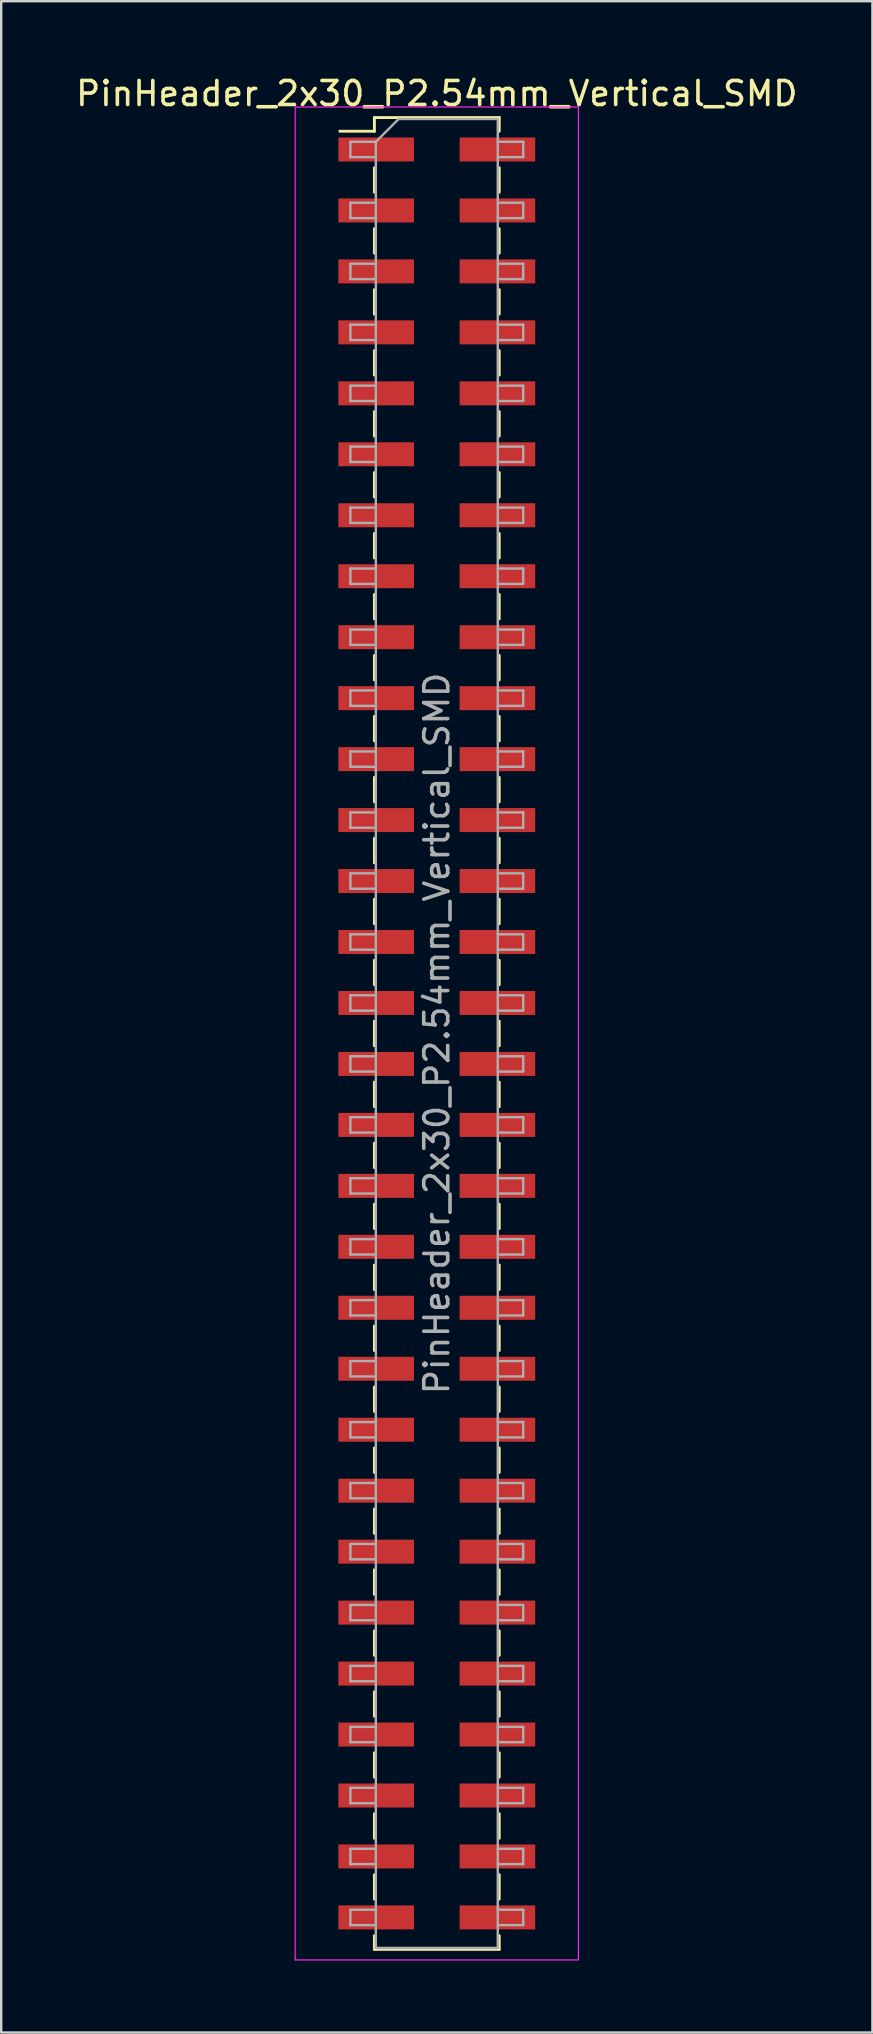
<source format=kicad_pcb>
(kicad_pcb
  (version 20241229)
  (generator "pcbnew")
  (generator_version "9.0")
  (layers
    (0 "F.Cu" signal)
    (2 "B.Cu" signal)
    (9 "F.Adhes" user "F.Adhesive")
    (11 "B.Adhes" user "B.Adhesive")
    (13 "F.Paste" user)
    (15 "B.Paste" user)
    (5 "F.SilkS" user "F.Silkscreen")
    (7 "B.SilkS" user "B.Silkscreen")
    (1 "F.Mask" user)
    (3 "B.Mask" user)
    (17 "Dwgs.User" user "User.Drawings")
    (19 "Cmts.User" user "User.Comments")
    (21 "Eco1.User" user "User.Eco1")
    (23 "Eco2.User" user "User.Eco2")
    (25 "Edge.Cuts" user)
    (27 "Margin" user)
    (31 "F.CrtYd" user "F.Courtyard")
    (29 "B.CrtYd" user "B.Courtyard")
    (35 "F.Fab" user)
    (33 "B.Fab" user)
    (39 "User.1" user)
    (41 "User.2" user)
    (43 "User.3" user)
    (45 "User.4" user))
  (footprint "PinHeader_2x30_P2.54mm_Vertical_SMD"
    (layer "F.Cu")
    (at 15.149 40.008)
    (property "Reference" "PinHeader_2x30_P2.54mm_Vertical_SMD" (at 0 -39.16 0) (layer "F.SilkS") (effects (font (size 1 1) (thickness 0.15))))
    (attr smd)
    (fp_line (start -4.04 -37.59) (end -2.6 -37.59) (stroke (width 0.12) (type solid)) (layer "F.SilkS"))
    (fp_line (start -2.6 -38.16) (end -2.6 -37.59) (stroke (width 0.12) (type solid)) (layer "F.SilkS"))
    (fp_line (start -2.6 -38.16) (end 2.6 -38.16) (stroke (width 0.12) (type solid)) (layer "F.SilkS"))
    (fp_line (start -2.6 -36.07) (end -2.6 -35.05) (stroke (width 0.12) (type solid)) (layer "F.SilkS"))
    (fp_line (start -2.6 -33.53) (end -2.6 -32.51) (stroke (width 0.12) (type solid)) (layer "F.SilkS"))
    (fp_line (start -2.6 -30.99) (end -2.6 -29.97) (stroke (width 0.12) (type solid)) (layer "F.SilkS"))
    (fp_line (start -2.6 -28.45) (end -2.6 -27.43) (stroke (width 0.12) (type solid)) (layer "F.SilkS"))
    (fp_line (start -2.6 -25.91) (end -2.6 -24.89) (stroke (width 0.12) (type solid)) (layer "F.SilkS"))
    (fp_line (start -2.6 -23.37) (end -2.6 -22.35) (stroke (width 0.12) (type solid)) (layer "F.SilkS"))
    (fp_line (start -2.6 -20.83) (end -2.6 -19.81) (stroke (width 0.12) (type solid)) (layer "F.SilkS"))
    (fp_line (start -2.6 -18.29) (end -2.6 -17.27) (stroke (width 0.12) (type solid)) (layer "F.SilkS"))
    (fp_line (start -2.6 -15.75) (end -2.6 -14.73) (stroke (width 0.12) (type solid)) (layer "F.SilkS"))
    (fp_line (start -2.6 -13.21) (end -2.6 -12.19) (stroke (width 0.12) (type solid)) (layer "F.SilkS"))
    (fp_line (start -2.6 -10.67) (end -2.6 -9.65) (stroke (width 0.12) (type solid)) (layer "F.SilkS"))
    (fp_line (start -2.6 -8.13) (end -2.6 -7.11) (stroke (width 0.12) (type solid)) (layer "F.SilkS"))
    (fp_line (start -2.6 -5.59) (end -2.6 -4.57) (stroke (width 0.12) (type solid)) (layer "F.SilkS"))
    (fp_line (start -2.6 -3.05) (end -2.6 -2.03) (stroke (width 0.12) (type solid)) (layer "F.SilkS"))
    (fp_line (start -2.6 -0.51) (end -2.6 0.51) (stroke (width 0.12) (type solid)) (layer "F.SilkS"))
    (fp_line (start -2.6 2.03) (end -2.6 3.05) (stroke (width 0.12) (type solid)) (layer "F.SilkS"))
    (fp_line (start -2.6 4.57) (end -2.6 5.59) (stroke (width 0.12) (type solid)) (layer "F.SilkS"))
    (fp_line (start -2.6 7.11) (end -2.6 8.13) (stroke (width 0.12) (type solid)) (layer "F.SilkS"))
    (fp_line (start -2.6 9.65) (end -2.6 10.67) (stroke (width 0.12) (type solid)) (layer "F.SilkS"))
    (fp_line (start -2.6 12.19) (end -2.6 13.21) (stroke (width 0.12) (type solid)) (layer "F.SilkS"))
    (fp_line (start -2.6 14.73) (end -2.6 15.75) (stroke (width 0.12) (type solid)) (layer "F.SilkS"))
    (fp_line (start -2.6 17.27) (end -2.6 18.29) (stroke (width 0.12) (type solid)) (layer "F.SilkS"))
    (fp_line (start -2.6 19.81) (end -2.6 20.83) (stroke (width 0.12) (type solid)) (layer "F.SilkS"))
    (fp_line (start -2.6 22.35) (end -2.6 23.37) (stroke (width 0.12) (type solid)) (layer "F.SilkS"))
    (fp_line (start -2.6 24.89) (end -2.6 25.91) (stroke (width 0.12) (type solid)) (layer "F.SilkS"))
    (fp_line (start -2.6 27.43) (end -2.6 28.45) (stroke (width 0.12) (type solid)) (layer "F.SilkS"))
    (fp_line (start -2.6 29.97) (end -2.6 30.99) (stroke (width 0.12) (type solid)) (layer "F.SilkS"))
    (fp_line (start -2.6 32.51) (end -2.6 33.53) (stroke (width 0.12) (type solid)) (layer "F.SilkS"))
    (fp_line (start -2.6 35.05) (end -2.6 36.07) (stroke (width 0.12) (type solid)) (layer "F.SilkS"))
    (fp_line (start -2.6 37.59) (end -2.6 38.16) (stroke (width 0.12) (type solid)) (layer "F.SilkS"))
    (fp_line (start -2.6 38.16) (end 2.6 38.16) (stroke (width 0.12) (type solid)) (layer "F.SilkS"))
    (fp_line (start 2.6 -38.16) (end 2.6 -37.59) (stroke (width 0.12) (type solid)) (layer "F.SilkS"))
    (fp_line (start 2.6 -36.07) (end 2.6 -35.05) (stroke (width 0.12) (type solid)) (layer "F.SilkS"))
    (fp_line (start 2.6 -33.53) (end 2.6 -32.51) (stroke (width 0.12) (type solid)) (layer "F.SilkS"))
    (fp_line (start 2.6 -30.99) (end 2.6 -29.97) (stroke (width 0.12) (type solid)) (layer "F.SilkS"))
    (fp_line (start 2.6 -28.45) (end 2.6 -27.43) (stroke (width 0.12) (type solid)) (layer "F.SilkS"))
    (fp_line (start 2.6 -25.91) (end 2.6 -24.89) (stroke (width 0.12) (type solid)) (layer "F.SilkS"))
    (fp_line (start 2.6 -23.37) (end 2.6 -22.35) (stroke (width 0.12) (type solid)) (layer "F.SilkS"))
    (fp_line (start 2.6 -20.83) (end 2.6 -19.81) (stroke (width 0.12) (type solid)) (layer "F.SilkS"))
    (fp_line (start 2.6 -18.29) (end 2.6 -17.27) (stroke (width 0.12) (type solid)) (layer "F.SilkS"))
    (fp_line (start 2.6 -15.75) (end 2.6 -14.73) (stroke (width 0.12) (type solid)) (layer "F.SilkS"))
    (fp_line (start 2.6 -13.21) (end 2.6 -12.19) (stroke (width 0.12) (type solid)) (layer "F.SilkS"))
    (fp_line (start 2.6 -10.67) (end 2.6 -9.65) (stroke (width 0.12) (type solid)) (layer "F.SilkS"))
    (fp_line (start 2.6 -8.13) (end 2.6 -7.11) (stroke (width 0.12) (type solid)) (layer "F.SilkS"))
    (fp_line (start 2.6 -5.59) (end 2.6 -4.57) (stroke (width 0.12) (type solid)) (layer "F.SilkS"))
    (fp_line (start 2.6 -3.05) (end 2.6 -2.03) (stroke (width 0.12) (type solid)) (layer "F.SilkS"))
    (fp_line (start 2.6 -0.51) (end 2.6 0.51) (stroke (width 0.12) (type solid)) (layer "F.SilkS"))
    (fp_line (start 2.6 2.03) (end 2.6 3.05) (stroke (width 0.12) (type solid)) (layer "F.SilkS"))
    (fp_line (start 2.6 4.57) (end 2.6 5.59) (stroke (width 0.12) (type solid)) (layer "F.SilkS"))
    (fp_line (start 2.6 7.11) (end 2.6 8.13) (stroke (width 0.12) (type solid)) (layer "F.SilkS"))
    (fp_line (start 2.6 9.65) (end 2.6 10.67) (stroke (width 0.12) (type solid)) (layer "F.SilkS"))
    (fp_line (start 2.6 12.19) (end 2.6 13.21) (stroke (width 0.12) (type solid)) (layer "F.SilkS"))
    (fp_line (start 2.6 14.73) (end 2.6 15.75) (stroke (width 0.12) (type solid)) (layer "F.SilkS"))
    (fp_line (start 2.6 17.27) (end 2.6 18.29) (stroke (width 0.12) (type solid)) (layer "F.SilkS"))
    (fp_line (start 2.6 19.81) (end 2.6 20.83) (stroke (width 0.12) (type solid)) (layer "F.SilkS"))
    (fp_line (start 2.6 22.35) (end 2.6 23.37) (stroke (width 0.12) (type solid)) (layer "F.SilkS"))
    (fp_line (start 2.6 24.89) (end 2.6 25.91) (stroke (width 0.12) (type solid)) (layer "F.SilkS"))
    (fp_line (start 2.6 27.43) (end 2.6 28.45) (stroke (width 0.12) (type solid)) (layer "F.SilkS"))
    (fp_line (start 2.6 29.97) (end 2.6 30.99) (stroke (width 0.12) (type solid)) (layer "F.SilkS"))
    (fp_line (start 2.6 32.51) (end 2.6 33.53) (stroke (width 0.12) (type solid)) (layer "F.SilkS"))
    (fp_line (start 2.6 35.05) (end 2.6 36.07) (stroke (width 0.12) (type solid)) (layer "F.SilkS"))
    (fp_line (start 2.6 37.59) (end 2.6 38.16) (stroke (width 0.12) (type solid)) (layer "F.SilkS"))
    (fp_line (start -5.9 -38.6) (end -5.9 38.6) (stroke (width 0.05) (type solid)) (layer "F.CrtYd"))
    (fp_line (start -5.9 38.6) (end 5.9 38.6) (stroke (width 0.05) (type solid)) (layer "F.CrtYd"))
    (fp_line (start 5.9 -38.6) (end -5.9 -38.6) (stroke (width 0.05) (type solid)) (layer "F.CrtYd"))
    (fp_line (start 5.9 38.6) (end 5.9 -38.6) (stroke (width 0.05) (type solid)) (layer "F.CrtYd"))
    (fp_line (start -3.6 -37.15) (end -3.6 -36.51) (stroke (width 0.1) (type solid)) (layer "F.Fab"))
    (fp_line (start -3.6 -36.51) (end -2.54 -36.51) (stroke (width 0.1) (type solid)) (layer "F.Fab"))
    (fp_line (start -3.6 -34.61) (end -3.6 -33.97) (stroke (width 0.1) (type solid)) (layer "F.Fab"))
    (fp_line (start -3.6 -33.97) (end -2.54 -33.97) (stroke (width 0.1) (type solid)) (layer "F.Fab"))
    (fp_line (start -3.6 -32.07) (end -3.6 -31.43) (stroke (width 0.1) (type solid)) (layer "F.Fab"))
    (fp_line (start -3.6 -31.43) (end -2.54 -31.43) (stroke (width 0.1) (type solid)) (layer "F.Fab"))
    (fp_line (start -3.6 -29.53) (end -3.6 -28.89) (stroke (width 0.1) (type solid)) (layer "F.Fab"))
    (fp_line (start -3.6 -28.89) (end -2.54 -28.89) (stroke (width 0.1) (type solid)) (layer "F.Fab"))
    (fp_line (start -3.6 -26.99) (end -3.6 -26.35) (stroke (width 0.1) (type solid)) (layer "F.Fab"))
    (fp_line (start -3.6 -26.35) (end -2.54 -26.35) (stroke (width 0.1) (type solid)) (layer "F.Fab"))
    (fp_line (start -3.6 -24.45) (end -3.6 -23.81) (stroke (width 0.1) (type solid)) (layer "F.Fab"))
    (fp_line (start -3.6 -23.81) (end -2.54 -23.81) (stroke (width 0.1) (type solid)) (layer "F.Fab"))
    (fp_line (start -3.6 -21.91) (end -3.6 -21.27) (stroke (width 0.1) (type solid)) (layer "F.Fab"))
    (fp_line (start -3.6 -21.27) (end -2.54 -21.27) (stroke (width 0.1) (type solid)) (layer "F.Fab"))
    (fp_line (start -3.6 -19.37) (end -3.6 -18.73) (stroke (width 0.1) (type solid)) (layer "F.Fab"))
    (fp_line (start -3.6 -18.73) (end -2.54 -18.73) (stroke (width 0.1) (type solid)) (layer "F.Fab"))
    (fp_line (start -3.6 -16.83) (end -3.6 -16.19) (stroke (width 0.1) (type solid)) (layer "F.Fab"))
    (fp_line (start -3.6 -16.19) (end -2.54 -16.19) (stroke (width 0.1) (type solid)) (layer "F.Fab"))
    (fp_line (start -3.6 -14.29) (end -3.6 -13.65) (stroke (width 0.1) (type solid)) (layer "F.Fab"))
    (fp_line (start -3.6 -13.65) (end -2.54 -13.65) (stroke (width 0.1) (type solid)) (layer "F.Fab"))
    (fp_line (start -3.6 -11.75) (end -3.6 -11.11) (stroke (width 0.1) (type solid)) (layer "F.Fab"))
    (fp_line (start -3.6 -11.11) (end -2.54 -11.11) (stroke (width 0.1) (type solid)) (layer "F.Fab"))
    (fp_line (start -3.6 -9.21) (end -3.6 -8.57) (stroke (width 0.1) (type solid)) (layer "F.Fab"))
    (fp_line (start -3.6 -8.57) (end -2.54 -8.57) (stroke (width 0.1) (type solid)) (layer "F.Fab"))
    (fp_line (start -3.6 -6.67) (end -3.6 -6.03) (stroke (width 0.1) (type solid)) (layer "F.Fab"))
    (fp_line (start -3.6 -6.03) (end -2.54 -6.03) (stroke (width 0.1) (type solid)) (layer "F.Fab"))
    (fp_line (start -3.6 -4.13) (end -3.6 -3.49) (stroke (width 0.1) (type solid)) (layer "F.Fab"))
    (fp_line (start -3.6 -3.49) (end -2.54 -3.49) (stroke (width 0.1) (type solid)) (layer "F.Fab"))
    (fp_line (start -3.6 -1.59) (end -3.6 -0.95) (stroke (width 0.1) (type solid)) (layer "F.Fab"))
    (fp_line (start -3.6 -0.95) (end -2.54 -0.95) (stroke (width 0.1) (type solid)) (layer "F.Fab"))
    (fp_line (start -3.6 0.95) (end -3.6 1.59) (stroke (width 0.1) (type solid)) (layer "F.Fab"))
    (fp_line (start -3.6 1.59) (end -2.54 1.59) (stroke (width 0.1) (type solid)) (layer "F.Fab"))
    (fp_line (start -3.6 3.49) (end -3.6 4.13) (stroke (width 0.1) (type solid)) (layer "F.Fab"))
    (fp_line (start -3.6 4.13) (end -2.54 4.13) (stroke (width 0.1) (type solid)) (layer "F.Fab"))
    (fp_line (start -3.6 6.03) (end -3.6 6.67) (stroke (width 0.1) (type solid)) (layer "F.Fab"))
    (fp_line (start -3.6 6.67) (end -2.54 6.67) (stroke (width 0.1) (type solid)) (layer "F.Fab"))
    (fp_line (start -3.6 8.57) (end -3.6 9.21) (stroke (width 0.1) (type solid)) (layer "F.Fab"))
    (fp_line (start -3.6 9.21) (end -2.54 9.21) (stroke (width 0.1) (type solid)) (layer "F.Fab"))
    (fp_line (start -3.6 11.11) (end -3.6 11.75) (stroke (width 0.1) (type solid)) (layer "F.Fab"))
    (fp_line (start -3.6 11.75) (end -2.54 11.75) (stroke (width 0.1) (type solid)) (layer "F.Fab"))
    (fp_line (start -3.6 13.65) (end -3.6 14.29) (stroke (width 0.1) (type solid)) (layer "F.Fab"))
    (fp_line (start -3.6 14.29) (end -2.54 14.29) (stroke (width 0.1) (type solid)) (layer "F.Fab"))
    (fp_line (start -3.6 16.19) (end -3.6 16.83) (stroke (width 0.1) (type solid)) (layer "F.Fab"))
    (fp_line (start -3.6 16.83) (end -2.54 16.83) (stroke (width 0.1) (type solid)) (layer "F.Fab"))
    (fp_line (start -3.6 18.73) (end -3.6 19.37) (stroke (width 0.1) (type solid)) (layer "F.Fab"))
    (fp_line (start -3.6 19.37) (end -2.54 19.37) (stroke (width 0.1) (type solid)) (layer "F.Fab"))
    (fp_line (start -3.6 21.27) (end -3.6 21.91) (stroke (width 0.1) (type solid)) (layer "F.Fab"))
    (fp_line (start -3.6 21.91) (end -2.54 21.91) (stroke (width 0.1) (type solid)) (layer "F.Fab"))
    (fp_line (start -3.6 23.81) (end -3.6 24.45) (stroke (width 0.1) (type solid)) (layer "F.Fab"))
    (fp_line (start -3.6 24.45) (end -2.54 24.45) (stroke (width 0.1) (type solid)) (layer "F.Fab"))
    (fp_line (start -3.6 26.35) (end -3.6 26.99) (stroke (width 0.1) (type solid)) (layer "F.Fab"))
    (fp_line (start -3.6 26.99) (end -2.54 26.99) (stroke (width 0.1) (type solid)) (layer "F.Fab"))
    (fp_line (start -3.6 28.89) (end -3.6 29.53) (stroke (width 0.1) (type solid)) (layer "F.Fab"))
    (fp_line (start -3.6 29.53) (end -2.54 29.53) (stroke (width 0.1) (type solid)) (layer "F.Fab"))
    (fp_line (start -3.6 31.43) (end -3.6 32.07) (stroke (width 0.1) (type solid)) (layer "F.Fab"))
    (fp_line (start -3.6 32.07) (end -2.54 32.07) (stroke (width 0.1) (type solid)) (layer "F.Fab"))
    (fp_line (start -3.6 33.97) (end -3.6 34.61) (stroke (width 0.1) (type solid)) (layer "F.Fab"))
    (fp_line (start -3.6 34.61) (end -2.54 34.61) (stroke (width 0.1) (type solid)) (layer "F.Fab"))
    (fp_line (start -3.6 36.51) (end -3.6 37.15) (stroke (width 0.1) (type solid)) (layer "F.Fab"))
    (fp_line (start -3.6 37.15) (end -2.54 37.15) (stroke (width 0.1) (type solid)) (layer "F.Fab"))
    (fp_line (start -2.54 -37.15) (end -3.6 -37.15) (stroke (width 0.1) (type solid)) (layer "F.Fab"))
    (fp_line (start -2.54 -37.15) (end -1.59 -38.1) (stroke (width 0.1) (type solid)) (layer "F.Fab"))
    (fp_line (start -2.54 -34.61) (end -3.6 -34.61) (stroke (width 0.1) (type solid)) (layer "F.Fab"))
    (fp_line (start -2.54 -32.07) (end -3.6 -32.07) (stroke (width 0.1) (type solid)) (layer "F.Fab"))
    (fp_line (start -2.54 -29.53) (end -3.6 -29.53) (stroke (width 0.1) (type solid)) (layer "F.Fab"))
    (fp_line (start -2.54 -26.99) (end -3.6 -26.99) (stroke (width 0.1) (type solid)) (layer "F.Fab"))
    (fp_line (start -2.54 -24.45) (end -3.6 -24.45) (stroke (width 0.1) (type solid)) (layer "F.Fab"))
    (fp_line (start -2.54 -21.91) (end -3.6 -21.91) (stroke (width 0.1) (type solid)) (layer "F.Fab"))
    (fp_line (start -2.54 -19.37) (end -3.6 -19.37) (stroke (width 0.1) (type solid)) (layer "F.Fab"))
    (fp_line (start -2.54 -16.83) (end -3.6 -16.83) (stroke (width 0.1) (type solid)) (layer "F.Fab"))
    (fp_line (start -2.54 -14.29) (end -3.6 -14.29) (stroke (width 0.1) (type solid)) (layer "F.Fab"))
    (fp_line (start -2.54 -11.75) (end -3.6 -11.75) (stroke (width 0.1) (type solid)) (layer "F.Fab"))
    (fp_line (start -2.54 -9.21) (end -3.6 -9.21) (stroke (width 0.1) (type solid)) (layer "F.Fab"))
    (fp_line (start -2.54 -6.67) (end -3.6 -6.67) (stroke (width 0.1) (type solid)) (layer "F.Fab"))
    (fp_line (start -2.54 -4.13) (end -3.6 -4.13) (stroke (width 0.1) (type solid)) (layer "F.Fab"))
    (fp_line (start -2.54 -1.59) (end -3.6 -1.59) (stroke (width 0.1) (type solid)) (layer "F.Fab"))
    (fp_line (start -2.54 0.95) (end -3.6 0.95) (stroke (width 0.1) (type solid)) (layer "F.Fab"))
    (fp_line (start -2.54 3.49) (end -3.6 3.49) (stroke (width 0.1) (type solid)) (layer "F.Fab"))
    (fp_line (start -2.54 6.03) (end -3.6 6.03) (stroke (width 0.1) (type solid)) (layer "F.Fab"))
    (fp_line (start -2.54 8.57) (end -3.6 8.57) (stroke (width 0.1) (type solid)) (layer "F.Fab"))
    (fp_line (start -2.54 11.11) (end -3.6 11.11) (stroke (width 0.1) (type solid)) (layer "F.Fab"))
    (fp_line (start -2.54 13.65) (end -3.6 13.65) (stroke (width 0.1) (type solid)) (layer "F.Fab"))
    (fp_line (start -2.54 16.19) (end -3.6 16.19) (stroke (width 0.1) (type solid)) (layer "F.Fab"))
    (fp_line (start -2.54 18.73) (end -3.6 18.73) (stroke (width 0.1) (type solid)) (layer "F.Fab"))
    (fp_line (start -2.54 21.27) (end -3.6 21.27) (stroke (width 0.1) (type solid)) (layer "F.Fab"))
    (fp_line (start -2.54 23.81) (end -3.6 23.81) (stroke (width 0.1) (type solid)) (layer "F.Fab"))
    (fp_line (start -2.54 26.35) (end -3.6 26.35) (stroke (width 0.1) (type solid)) (layer "F.Fab"))
    (fp_line (start -2.54 28.89) (end -3.6 28.89) (stroke (width 0.1) (type solid)) (layer "F.Fab"))
    (fp_line (start -2.54 31.43) (end -3.6 31.43) (stroke (width 0.1) (type solid)) (layer "F.Fab"))
    (fp_line (start -2.54 33.97) (end -3.6 33.97) (stroke (width 0.1) (type solid)) (layer "F.Fab"))
    (fp_line (start -2.54 36.51) (end -3.6 36.51) (stroke (width 0.1) (type solid)) (layer "F.Fab"))
    (fp_line (start -2.54 38.1) (end -2.54 -37.15) (stroke (width 0.1) (type solid)) (layer "F.Fab"))
    (fp_line (start -1.59 -38.1) (end 2.54 -38.1) (stroke (width 0.1) (type solid)) (layer "F.Fab"))
    (fp_line (start 2.54 -38.1) (end 2.54 38.1) (stroke (width 0.1) (type solid)) (layer "F.Fab"))
    (fp_line (start 2.54 -37.15) (end 3.6 -37.15) (stroke (width 0.1) (type solid)) (layer "F.Fab"))
    (fp_line (start 2.54 -34.61) (end 3.6 -34.61) (stroke (width 0.1) (type solid)) (layer "F.Fab"))
    (fp_line (start 2.54 -32.07) (end 3.6 -32.07) (stroke (width 0.1) (type solid)) (layer "F.Fab"))
    (fp_line (start 2.54 -29.53) (end 3.6 -29.53) (stroke (width 0.1) (type solid)) (layer "F.Fab"))
    (fp_line (start 2.54 -26.99) (end 3.6 -26.99) (stroke (width 0.1) (type solid)) (layer "F.Fab"))
    (fp_line (start 2.54 -24.45) (end 3.6 -24.45) (stroke (width 0.1) (type solid)) (layer "F.Fab"))
    (fp_line (start 2.54 -21.91) (end 3.6 -21.91) (stroke (width 0.1) (type solid)) (layer "F.Fab"))
    (fp_line (start 2.54 -19.37) (end 3.6 -19.37) (stroke (width 0.1) (type solid)) (layer "F.Fab"))
    (fp_line (start 2.54 -16.83) (end 3.6 -16.83) (stroke (width 0.1) (type solid)) (layer "F.Fab"))
    (fp_line (start 2.54 -14.29) (end 3.6 -14.29) (stroke (width 0.1) (type solid)) (layer "F.Fab"))
    (fp_line (start 2.54 -11.75) (end 3.6 -11.75) (stroke (width 0.1) (type solid)) (layer "F.Fab"))
    (fp_line (start 2.54 -9.21) (end 3.6 -9.21) (stroke (width 0.1) (type solid)) (layer "F.Fab"))
    (fp_line (start 2.54 -6.67) (end 3.6 -6.67) (stroke (width 0.1) (type solid)) (layer "F.Fab"))
    (fp_line (start 2.54 -4.13) (end 3.6 -4.13) (stroke (width 0.1) (type solid)) (layer "F.Fab"))
    (fp_line (start 2.54 -1.59) (end 3.6 -1.59) (stroke (width 0.1) (type solid)) (layer "F.Fab"))
    (fp_line (start 2.54 0.95) (end 3.6 0.95) (stroke (width 0.1) (type solid)) (layer "F.Fab"))
    (fp_line (start 2.54 3.49) (end 3.6 3.49) (stroke (width 0.1) (type solid)) (layer "F.Fab"))
    (fp_line (start 2.54 6.03) (end 3.6 6.03) (stroke (width 0.1) (type solid)) (layer "F.Fab"))
    (fp_line (start 2.54 8.57) (end 3.6 8.57) (stroke (width 0.1) (type solid)) (layer "F.Fab"))
    (fp_line (start 2.54 11.11) (end 3.6 11.11) (stroke (width 0.1) (type solid)) (layer "F.Fab"))
    (fp_line (start 2.54 13.65) (end 3.6 13.65) (stroke (width 0.1) (type solid)) (layer "F.Fab"))
    (fp_line (start 2.54 16.19) (end 3.6 16.19) (stroke (width 0.1) (type solid)) (layer "F.Fab"))
    (fp_line (start 2.54 18.73) (end 3.6 18.73) (stroke (width 0.1) (type solid)) (layer "F.Fab"))
    (fp_line (start 2.54 21.27) (end 3.6 21.27) (stroke (width 0.1) (type solid)) (layer "F.Fab"))
    (fp_line (start 2.54 23.81) (end 3.6 23.81) (stroke (width 0.1) (type solid)) (layer "F.Fab"))
    (fp_line (start 2.54 26.35) (end 3.6 26.35) (stroke (width 0.1) (type solid)) (layer "F.Fab"))
    (fp_line (start 2.54 28.89) (end 3.6 28.89) (stroke (width 0.1) (type solid)) (layer "F.Fab"))
    (fp_line (start 2.54 31.43) (end 3.6 31.43) (stroke (width 0.1) (type solid)) (layer "F.Fab"))
    (fp_line (start 2.54 33.97) (end 3.6 33.97) (stroke (width 0.1) (type solid)) (layer "F.Fab"))
    (fp_line (start 2.54 36.51) (end 3.6 36.51) (stroke (width 0.1) (type solid)) (layer "F.Fab"))
    (fp_line (start 2.54 38.1) (end -2.54 38.1) (stroke (width 0.1) (type solid)) (layer "F.Fab"))
    (fp_line (start 3.6 -37.15) (end 3.6 -36.51) (stroke (width 0.1) (type solid)) (layer "F.Fab"))
    (fp_line (start 3.6 -36.51) (end 2.54 -36.51) (stroke (width 0.1) (type solid)) (layer "F.Fab"))
    (fp_line (start 3.6 -34.61) (end 3.6 -33.97) (stroke (width 0.1) (type solid)) (layer "F.Fab"))
    (fp_line (start 3.6 -33.97) (end 2.54 -33.97) (stroke (width 0.1) (type solid)) (layer "F.Fab"))
    (fp_line (start 3.6 -32.07) (end 3.6 -31.43) (stroke (width 0.1) (type solid)) (layer "F.Fab"))
    (fp_line (start 3.6 -31.43) (end 2.54 -31.43) (stroke (width 0.1) (type solid)) (layer "F.Fab"))
    (fp_line (start 3.6 -29.53) (end 3.6 -28.89) (stroke (width 0.1) (type solid)) (layer "F.Fab"))
    (fp_line (start 3.6 -28.89) (end 2.54 -28.89) (stroke (width 0.1) (type solid)) (layer "F.Fab"))
    (fp_line (start 3.6 -26.99) (end 3.6 -26.35) (stroke (width 0.1) (type solid)) (layer "F.Fab"))
    (fp_line (start 3.6 -26.35) (end 2.54 -26.35) (stroke (width 0.1) (type solid)) (layer "F.Fab"))
    (fp_line (start 3.6 -24.45) (end 3.6 -23.81) (stroke (width 0.1) (type solid)) (layer "F.Fab"))
    (fp_line (start 3.6 -23.81) (end 2.54 -23.81) (stroke (width 0.1) (type solid)) (layer "F.Fab"))
    (fp_line (start 3.6 -21.91) (end 3.6 -21.27) (stroke (width 0.1) (type solid)) (layer "F.Fab"))
    (fp_line (start 3.6 -21.27) (end 2.54 -21.27) (stroke (width 0.1) (type solid)) (layer "F.Fab"))
    (fp_line (start 3.6 -19.37) (end 3.6 -18.73) (stroke (width 0.1) (type solid)) (layer "F.Fab"))
    (fp_line (start 3.6 -18.73) (end 2.54 -18.73) (stroke (width 0.1) (type solid)) (layer "F.Fab"))
    (fp_line (start 3.6 -16.83) (end 3.6 -16.19) (stroke (width 0.1) (type solid)) (layer "F.Fab"))
    (fp_line (start 3.6 -16.19) (end 2.54 -16.19) (stroke (width 0.1) (type solid)) (layer "F.Fab"))
    (fp_line (start 3.6 -14.29) (end 3.6 -13.65) (stroke (width 0.1) (type solid)) (layer "F.Fab"))
    (fp_line (start 3.6 -13.65) (end 2.54 -13.65) (stroke (width 0.1) (type solid)) (layer "F.Fab"))
    (fp_line (start 3.6 -11.75) (end 3.6 -11.11) (stroke (width 0.1) (type solid)) (layer "F.Fab"))
    (fp_line (start 3.6 -11.11) (end 2.54 -11.11) (stroke (width 0.1) (type solid)) (layer "F.Fab"))
    (fp_line (start 3.6 -9.21) (end 3.6 -8.57) (stroke (width 0.1) (type solid)) (layer "F.Fab"))
    (fp_line (start 3.6 -8.57) (end 2.54 -8.57) (stroke (width 0.1) (type solid)) (layer "F.Fab"))
    (fp_line (start 3.6 -6.67) (end 3.6 -6.03) (stroke (width 0.1) (type solid)) (layer "F.Fab"))
    (fp_line (start 3.6 -6.03) (end 2.54 -6.03) (stroke (width 0.1) (type solid)) (layer "F.Fab"))
    (fp_line (start 3.6 -4.13) (end 3.6 -3.49) (stroke (width 0.1) (type solid)) (layer "F.Fab"))
    (fp_line (start 3.6 -3.49) (end 2.54 -3.49) (stroke (width 0.1) (type solid)) (layer "F.Fab"))
    (fp_line (start 3.6 -1.59) (end 3.6 -0.95) (stroke (width 0.1) (type solid)) (layer "F.Fab"))
    (fp_line (start 3.6 -0.95) (end 2.54 -0.95) (stroke (width 0.1) (type solid)) (layer "F.Fab"))
    (fp_line (start 3.6 0.95) (end 3.6 1.59) (stroke (width 0.1) (type solid)) (layer "F.Fab"))
    (fp_line (start 3.6 1.59) (end 2.54 1.59) (stroke (width 0.1) (type solid)) (layer "F.Fab"))
    (fp_line (start 3.6 3.49) (end 3.6 4.13) (stroke (width 0.1) (type solid)) (layer "F.Fab"))
    (fp_line (start 3.6 4.13) (end 2.54 4.13) (stroke (width 0.1) (type solid)) (layer "F.Fab"))
    (fp_line (start 3.6 6.03) (end 3.6 6.67) (stroke (width 0.1) (type solid)) (layer "F.Fab"))
    (fp_line (start 3.6 6.67) (end 2.54 6.67) (stroke (width 0.1) (type solid)) (layer "F.Fab"))
    (fp_line (start 3.6 8.57) (end 3.6 9.21) (stroke (width 0.1) (type solid)) (layer "F.Fab"))
    (fp_line (start 3.6 9.21) (end 2.54 9.21) (stroke (width 0.1) (type solid)) (layer "F.Fab"))
    (fp_line (start 3.6 11.11) (end 3.6 11.75) (stroke (width 0.1) (type solid)) (layer "F.Fab"))
    (fp_line (start 3.6 11.75) (end 2.54 11.75) (stroke (width 0.1) (type solid)) (layer "F.Fab"))
    (fp_line (start 3.6 13.65) (end 3.6 14.29) (stroke (width 0.1) (type solid)) (layer "F.Fab"))
    (fp_line (start 3.6 14.29) (end 2.54 14.29) (stroke (width 0.1) (type solid)) (layer "F.Fab"))
    (fp_line (start 3.6 16.19) (end 3.6 16.83) (stroke (width 0.1) (type solid)) (layer "F.Fab"))
    (fp_line (start 3.6 16.83) (end 2.54 16.83) (stroke (width 0.1) (type solid)) (layer "F.Fab"))
    (fp_line (start 3.6 18.73) (end 3.6 19.37) (stroke (width 0.1) (type solid)) (layer "F.Fab"))
    (fp_line (start 3.6 19.37) (end 2.54 19.37) (stroke (width 0.1) (type solid)) (layer "F.Fab"))
    (fp_line (start 3.6 21.27) (end 3.6 21.91) (stroke (width 0.1) (type solid)) (layer "F.Fab"))
    (fp_line (start 3.6 21.91) (end 2.54 21.91) (stroke (width 0.1) (type solid)) (layer "F.Fab"))
    (fp_line (start 3.6 23.81) (end 3.6 24.45) (stroke (width 0.1) (type solid)) (layer "F.Fab"))
    (fp_line (start 3.6 24.45) (end 2.54 24.45) (stroke (width 0.1) (type solid)) (layer "F.Fab"))
    (fp_line (start 3.6 26.35) (end 3.6 26.99) (stroke (width 0.1) (type solid)) (layer "F.Fab"))
    (fp_line (start 3.6 26.99) (end 2.54 26.99) (stroke (width 0.1) (type solid)) (layer "F.Fab"))
    (fp_line (start 3.6 28.89) (end 3.6 29.53) (stroke (width 0.1) (type solid)) (layer "F.Fab"))
    (fp_line (start 3.6 29.53) (end 2.54 29.53) (stroke (width 0.1) (type solid)) (layer "F.Fab"))
    (fp_line (start 3.6 31.43) (end 3.6 32.07) (stroke (width 0.1) (type solid)) (layer "F.Fab"))
    (fp_line (start 3.6 32.07) (end 2.54 32.07) (stroke (width 0.1) (type solid)) (layer "F.Fab"))
    (fp_line (start 3.6 33.97) (end 3.6 34.61) (stroke (width 0.1) (type solid)) (layer "F.Fab"))
    (fp_line (start 3.6 34.61) (end 2.54 34.61) (stroke (width 0.1) (type solid)) (layer "F.Fab"))
    (fp_line (start 3.6 36.51) (end 3.6 37.15) (stroke (width 0.1) (type solid)) (layer "F.Fab"))
    (fp_line (start 3.6 37.15) (end 2.54 37.15) (stroke (width 0.1) (type solid)) (layer "F.Fab"))
    (fp_text user "${REFERENCE}" (at 0 0 90) (layer "F.Fab") (effects (font (size 1 1) (thickness 0.15))))
    (pad "1" smd rect (at -2.525 -36.83) (size 3.15 1) (layers "F.Cu" "F.Mask" "F.Paste"))
    (pad "2" smd rect (at 2.525 -36.83) (size 3.15 1) (layers "F.Cu" "F.Mask" "F.Paste"))
    (pad "3" smd rect (at -2.525 -34.29) (size 3.15 1) (layers "F.Cu" "F.Mask" "F.Paste"))
    (pad "4" smd rect (at 2.525 -34.29) (size 3.15 1) (layers "F.Cu" "F.Mask" "F.Paste"))
    (pad "5" smd rect (at -2.525 -31.75) (size 3.15 1) (layers "F.Cu" "F.Mask" "F.Paste"))
    (pad "6" smd rect (at 2.525 -31.75) (size 3.15 1) (layers "F.Cu" "F.Mask" "F.Paste"))
    (pad "7" smd rect (at -2.525 -29.21) (size 3.15 1) (layers "F.Cu" "F.Mask" "F.Paste"))
    (pad "8" smd rect (at 2.525 -29.21) (size 3.15 1) (layers "F.Cu" "F.Mask" "F.Paste"))
    (pad "9" smd rect (at -2.525 -26.67) (size 3.15 1) (layers "F.Cu" "F.Mask" "F.Paste"))
    (pad "10" smd rect (at 2.525 -26.67) (size 3.15 1) (layers "F.Cu" "F.Mask" "F.Paste"))
    (pad "11" smd rect (at -2.525 -24.13) (size 3.15 1) (layers "F.Cu" "F.Mask" "F.Paste"))
    (pad "12" smd rect (at 2.525 -24.13) (size 3.15 1) (layers "F.Cu" "F.Mask" "F.Paste"))
    (pad "13" smd rect (at -2.525 -21.59) (size 3.15 1) (layers "F.Cu" "F.Mask" "F.Paste"))
    (pad "14" smd rect (at 2.525 -21.59) (size 3.15 1) (layers "F.Cu" "F.Mask" "F.Paste"))
    (pad "15" smd rect (at -2.525 -19.05) (size 3.15 1) (layers "F.Cu" "F.Mask" "F.Paste"))
    (pad "16" smd rect (at 2.525 -19.05) (size 3.15 1) (layers "F.Cu" "F.Mask" "F.Paste"))
    (pad "17" smd rect (at -2.525 -16.51) (size 3.15 1) (layers "F.Cu" "F.Mask" "F.Paste"))
    (pad "18" smd rect (at 2.525 -16.51) (size 3.15 1) (layers "F.Cu" "F.Mask" "F.Paste"))
    (pad "19" smd rect (at -2.525 -13.97) (size 3.15 1) (layers "F.Cu" "F.Mask" "F.Paste"))
    (pad "20" smd rect (at 2.525 -13.97) (size 3.15 1) (layers "F.Cu" "F.Mask" "F.Paste"))
    (pad "21" smd rect (at -2.525 -11.43) (size 3.15 1) (layers "F.Cu" "F.Mask" "F.Paste"))
    (pad "22" smd rect (at 2.525 -11.43) (size 3.15 1) (layers "F.Cu" "F.Mask" "F.Paste"))
    (pad "23" smd rect (at -2.525 -8.89) (size 3.15 1) (layers "F.Cu" "F.Mask" "F.Paste"))
    (pad "24" smd rect (at 2.525 -8.89) (size 3.15 1) (layers "F.Cu" "F.Mask" "F.Paste"))
    (pad "25" smd rect (at -2.525 -6.35) (size 3.15 1) (layers "F.Cu" "F.Mask" "F.Paste"))
    (pad "26" smd rect (at 2.525 -6.35) (size 3.15 1) (layers "F.Cu" "F.Mask" "F.Paste"))
    (pad "27" smd rect (at -2.525 -3.81) (size 3.15 1) (layers "F.Cu" "F.Mask" "F.Paste"))
    (pad "28" smd rect (at 2.525 -3.81) (size 3.15 1) (layers "F.Cu" "F.Mask" "F.Paste"))
    (pad "29" smd rect (at -2.525 -1.27) (size 3.15 1) (layers "F.Cu" "F.Mask" "F.Paste"))
    (pad "30" smd rect (at 2.525 -1.27) (size 3.15 1) (layers "F.Cu" "F.Mask" "F.Paste"))
    (pad "31" smd rect (at -2.525 1.27) (size 3.15 1) (layers "F.Cu" "F.Mask" "F.Paste"))
    (pad "32" smd rect (at 2.525 1.27) (size 3.15 1) (layers "F.Cu" "F.Mask" "F.Paste"))
    (pad "33" smd rect (at -2.525 3.81) (size 3.15 1) (layers "F.Cu" "F.Mask" "F.Paste"))
    (pad "34" smd rect (at 2.525 3.81) (size 3.15 1) (layers "F.Cu" "F.Mask" "F.Paste"))
    (pad "35" smd rect (at -2.525 6.35) (size 3.15 1) (layers "F.Cu" "F.Mask" "F.Paste"))
    (pad "36" smd rect (at 2.525 6.35) (size 3.15 1) (layers "F.Cu" "F.Mask" "F.Paste"))
    (pad "37" smd rect (at -2.525 8.89) (size 3.15 1) (layers "F.Cu" "F.Mask" "F.Paste"))
    (pad "38" smd rect (at 2.525 8.89) (size 3.15 1) (layers "F.Cu" "F.Mask" "F.Paste"))
    (pad "39" smd rect (at -2.525 11.43) (size 3.15 1) (layers "F.Cu" "F.Mask" "F.Paste"))
    (pad "40" smd rect (at 2.525 11.43) (size 3.15 1) (layers "F.Cu" "F.Mask" "F.Paste"))
    (pad "41" smd rect (at -2.525 13.97) (size 3.15 1) (layers "F.Cu" "F.Mask" "F.Paste"))
    (pad "42" smd rect (at 2.525 13.97) (size 3.15 1) (layers "F.Cu" "F.Mask" "F.Paste"))
    (pad "43" smd rect (at -2.525 16.51) (size 3.15 1) (layers "F.Cu" "F.Mask" "F.Paste"))
    (pad "44" smd rect (at 2.525 16.51) (size 3.15 1) (layers "F.Cu" "F.Mask" "F.Paste"))
    (pad "45" smd rect (at -2.525 19.05) (size 3.15 1) (layers "F.Cu" "F.Mask" "F.Paste"))
    (pad "46" smd rect (at 2.525 19.05) (size 3.15 1) (layers "F.Cu" "F.Mask" "F.Paste"))
    (pad "47" smd rect (at -2.525 21.59) (size 3.15 1) (layers "F.Cu" "F.Mask" "F.Paste"))
    (pad "48" smd rect (at 2.525 21.59) (size 3.15 1) (layers "F.Cu" "F.Mask" "F.Paste"))
    (pad "49" smd rect (at -2.525 24.13) (size 3.15 1) (layers "F.Cu" "F.Mask" "F.Paste"))
    (pad "50" smd rect (at 2.525 24.13) (size 3.15 1) (layers "F.Cu" "F.Mask" "F.Paste"))
    (pad "51" smd rect (at -2.525 26.67) (size 3.15 1) (layers "F.Cu" "F.Mask" "F.Paste"))
    (pad "52" smd rect (at 2.525 26.67) (size 3.15 1) (layers "F.Cu" "F.Mask" "F.Paste"))
    (pad "53" smd rect (at -2.525 29.21) (size 3.15 1) (layers "F.Cu" "F.Mask" "F.Paste"))
    (pad "54" smd rect (at 2.525 29.21) (size 3.15 1) (layers "F.Cu" "F.Mask" "F.Paste"))
    (pad "55" smd rect (at -2.525 31.75) (size 3.15 1) (layers "F.Cu" "F.Mask" "F.Paste"))
    (pad "56" smd rect (at 2.525 31.75) (size 3.15 1) (layers "F.Cu" "F.Mask" "F.Paste"))
    (pad "57" smd rect (at -2.525 34.29) (size 3.15 1) (layers "F.Cu" "F.Mask" "F.Paste"))
    (pad "58" smd rect (at 2.525 34.29) (size 3.15 1) (layers "F.Cu" "F.Mask" "F.Paste"))
    (pad "59" smd rect (at -2.525 36.83) (size 3.15 1) (layers "F.Cu" "F.Mask" "F.Paste"))
    (pad "60" smd rect (at 2.525 36.83) (size 3.15 1) (layers "F.Cu" "F.Mask" "F.Paste")))
  (gr_rect
    (start -3 -3)
    (end 33.298 81.633)
    (stroke (width 0.1) (type default))
    (fill no)
    (layer "Edge.Cuts")))
</source>
